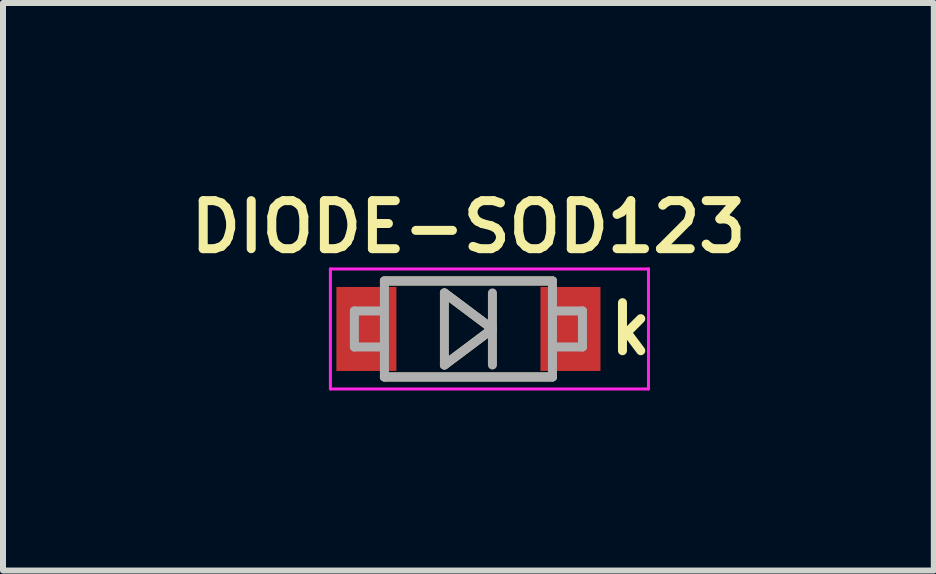
<source format=kicad_pcb>
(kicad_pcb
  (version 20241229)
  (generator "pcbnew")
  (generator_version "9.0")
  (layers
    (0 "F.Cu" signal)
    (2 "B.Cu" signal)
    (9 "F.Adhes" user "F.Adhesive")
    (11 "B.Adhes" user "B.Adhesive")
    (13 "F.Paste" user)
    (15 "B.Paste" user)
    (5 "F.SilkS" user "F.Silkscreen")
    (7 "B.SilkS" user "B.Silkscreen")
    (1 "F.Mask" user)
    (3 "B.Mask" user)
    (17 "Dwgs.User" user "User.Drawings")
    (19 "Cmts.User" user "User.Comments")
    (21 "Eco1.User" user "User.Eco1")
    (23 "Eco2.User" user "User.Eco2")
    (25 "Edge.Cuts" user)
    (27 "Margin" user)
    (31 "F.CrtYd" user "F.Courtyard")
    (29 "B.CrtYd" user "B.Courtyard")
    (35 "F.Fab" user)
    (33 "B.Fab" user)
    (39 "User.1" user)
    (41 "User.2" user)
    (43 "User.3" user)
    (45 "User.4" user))
  (footprint "DIODE-SOD123"
    (layer "F.Cu")
    (at 4.755 2.431)
    (property "Reference" "DIODE-SOD123" (at 0 -1.7 0) (layer "F.SilkS") (effects (font (size 0.8 0.8) (thickness 0.15))))
    (attr smd)
    (fp_line (start -1.4 -0.8) (end 1.4 -0.8) (stroke (width 0.15) (type solid)) (layer "F.SilkS"))
    (fp_line (start -1.4 0.8) (end 1.4 0.8) (stroke (width 0.15) (type solid)) (layer "F.SilkS"))
    (fp_line (start -0.4 -0.6) (end 0.4 0) (stroke (width 0.15) (type solid)) (layer "F.SilkS"))
    (fp_line (start 0.4 0) (end -0.4 0.6) (stroke (width 0.15) (type solid)) (layer "F.SilkS"))
    (fp_line (start -2.3 -1) (end -2.3 1) (stroke (width 0.05) (type solid)) (layer "F.CrtYd"))
    (fp_line (start -2.3 1) (end 3 1) (stroke (width 0.05) (type solid)) (layer "F.CrtYd"))
    (fp_line (start 3 -1) (end -2.3 -1) (stroke (width 0.05) (type solid)) (layer "F.CrtYd"))
    (fp_line (start 3 -1) (end 3 1) (stroke (width 0.05) (type solid)) (layer "F.CrtYd"))
    (fp_line (start -1.9 -0.3) (end -1.9 0.3) (stroke (width 0.15) (type solid)) (layer "F.Fab"))
    (fp_line (start -1.9 0.3) (end -1.4 0.3) (stroke (width 0.15) (type solid)) (layer "F.Fab"))
    (fp_line (start -1.4 -0.8) (end 1.4 -0.8) (stroke (width 0.15) (type solid)) (layer "F.Fab"))
    (fp_line (start -1.4 -0.3) (end -1.9 -0.3) (stroke (width 0.15) (type solid)) (layer "F.Fab"))
    (fp_line (start -1.4 0.8) (end -1.4 -0.8) (stroke (width 0.15) (type solid)) (layer "F.Fab"))
    (fp_line (start -0.4 -0.6) (end 0.4 0) (stroke (width 0.15) (type solid)) (layer "F.Fab"))
    (fp_line (start -0.4 0.6) (end -0.4 -0.6) (stroke (width 0.15) (type solid)) (layer "F.Fab"))
    (fp_line (start 0.4 -0.6) (end 0.4 0.6) (stroke (width 0.15) (type solid)) (layer "F.Fab"))
    (fp_line (start 0.4 0) (end -0.4 0.6) (stroke (width 0.15) (type solid)) (layer "F.Fab"))
    (fp_line (start 1.4 -0.8) (end 1.4 0.8) (stroke (width 0.15) (type solid)) (layer "F.Fab"))
    (fp_line (start 1.4 -0.3) (end 1.9 -0.3) (stroke (width 0.15) (type solid)) (layer "F.Fab"))
    (fp_line (start 1.4 0.8) (end -1.4 0.8) (stroke (width 0.15) (type solid)) (layer "F.Fab"))
    (fp_line (start 1.9 -0.3) (end 1.9 0.3) (stroke (width 0.15) (type solid)) (layer "F.Fab"))
    (fp_line (start 1.9 0.3) (end 1.4 0.3) (stroke (width 0.15) (type solid)) (layer "F.Fab"))
    (fp_text user "k" (at 2.7 0 0) (layer "F.SilkS") (effects (font (size 0.8 0.8) (thickness 0.15))))
    (pad "1" smd rect (at -1.7 0) (size 1 1.4) (layers "F.Cu" "F.Mask" "F.Paste"))
    (pad "2" smd rect (at 1.7 0) (size 1 1.4) (layers "F.Cu" "F.Mask" "F.Paste")))
  (gr_rect
    (start -3 -3)
    (end 12.509 6.456)
    (stroke (width 0.1) (type default))
    (fill no)
    (layer "Edge.Cuts")))
</source>
